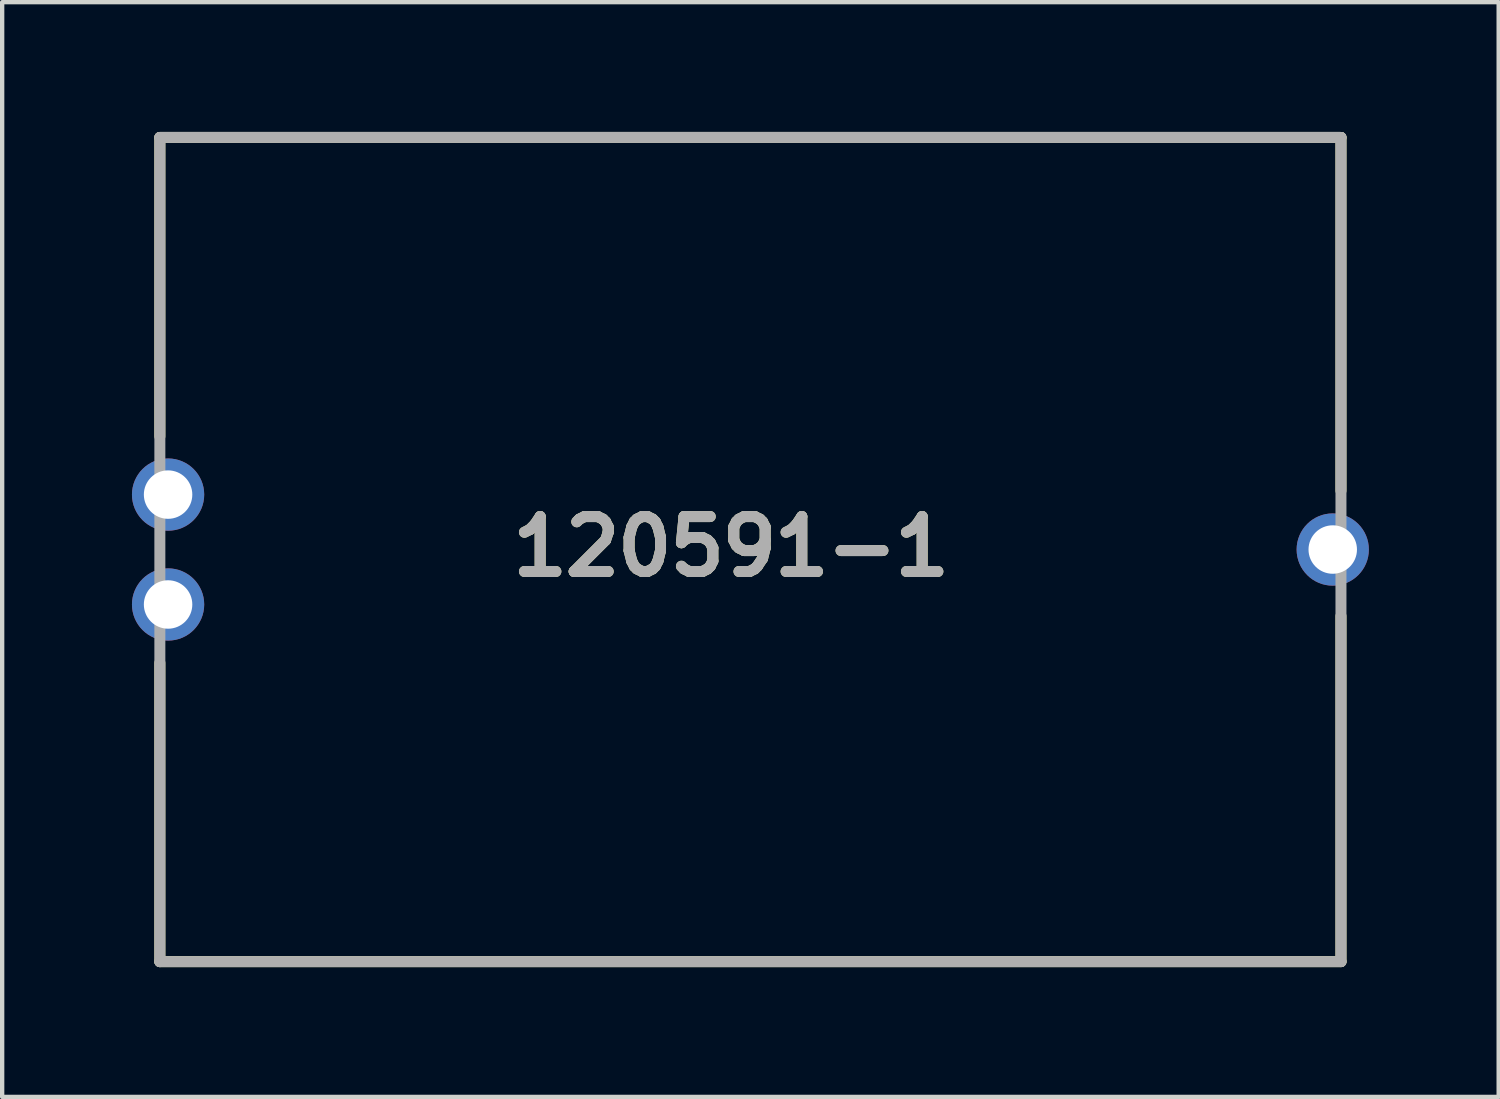
<source format=kicad_pcb>
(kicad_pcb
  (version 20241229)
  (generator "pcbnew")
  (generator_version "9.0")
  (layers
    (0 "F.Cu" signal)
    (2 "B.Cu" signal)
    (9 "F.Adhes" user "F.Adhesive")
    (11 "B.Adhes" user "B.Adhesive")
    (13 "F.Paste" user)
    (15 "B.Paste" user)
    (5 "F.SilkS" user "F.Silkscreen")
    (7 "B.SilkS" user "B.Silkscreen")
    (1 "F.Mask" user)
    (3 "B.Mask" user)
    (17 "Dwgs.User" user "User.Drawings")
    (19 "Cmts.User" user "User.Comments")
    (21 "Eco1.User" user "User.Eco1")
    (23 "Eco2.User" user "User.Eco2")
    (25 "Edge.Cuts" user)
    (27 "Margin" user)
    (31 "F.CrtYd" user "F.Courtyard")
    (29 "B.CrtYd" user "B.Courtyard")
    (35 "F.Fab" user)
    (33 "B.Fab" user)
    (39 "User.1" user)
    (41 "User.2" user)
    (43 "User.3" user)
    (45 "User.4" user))
  (footprint "120591-1"
    (layer "F.Cu")
    (at 14.295 9.652)
    (property "Reference" "120591-1" (at -0.445 -0.067 0) (layer "F.SilkS") (effects (font (size 1.27 1.27) (thickness 0.254))))
    (attr through_hole)
    (fp_line (start -13.65 -9.525) (end -13.65 -2.615) (stroke (width 0.254) (type solid)) (layer "F.SilkS"))
    (fp_line (start -13.65 9.525) (end -13.65 2.62) (stroke (width 0.254) (type solid)) (layer "F.SilkS"))
    (fp_line (start -13.65 9.525) (end 13.65 9.525) (stroke (width 0.254) (type solid)) (layer "F.SilkS"))
    (fp_line (start 13.65 -9.525) (end -13.65 -9.525) (stroke (width 0.254) (type solid)) (layer "F.SilkS"))
    (fp_line (start 13.65 -9.525) (end 13.65 -1.359) (stroke (width 0.254) (type solid)) (layer "F.SilkS"))
    (fp_line (start 13.65 9.525) (end 13.65 1.538) (stroke (width 0.254) (type solid)) (layer "F.SilkS"))
    (fp_line (start -13.65 -9.525) (end 13.65 -9.525) (stroke (width 0.254) (type solid)) (layer "F.Fab"))
    (fp_line (start -13.65 9.525) (end -13.65 -9.525) (stroke (width 0.254) (type solid)) (layer "F.Fab"))
    (fp_line (start 13.65 -9.525) (end 13.65 9.525) (stroke (width 0.254) (type solid)) (layer "F.Fab"))
    (fp_line (start 13.65 9.525) (end -13.65 9.525) (stroke (width 0.254) (type solid)) (layer "F.Fab"))
    (fp_text user "${REFERENCE}" (at -0.445 -0.067 0) (layer "F.Fab") (effects (font (size 1.27 1.27) (thickness 0.254))))
    (pad "1" thru_hole circle (at -13.46 -1.27) (size 1.67 1.67) (drill 1.12) (layers "*.Cu" "*.Mask"))
    (pad "2" thru_hole circle (at -13.46 1.27) (size 1.67 1.67) (drill 1.12) (layers "*.Cu" "*.Mask"))
    (pad "3" thru_hole circle (at 13.46 0) (size 1.67 1.67) (drill 1.12) (layers "*.Cu" "*.Mask")))
  (gr_rect
    (start -3 -3)
    (end 31.59 22.304)
    (stroke (width 0.1) (type default))
    (fill no)
    (layer "Edge.Cuts")))
</source>
